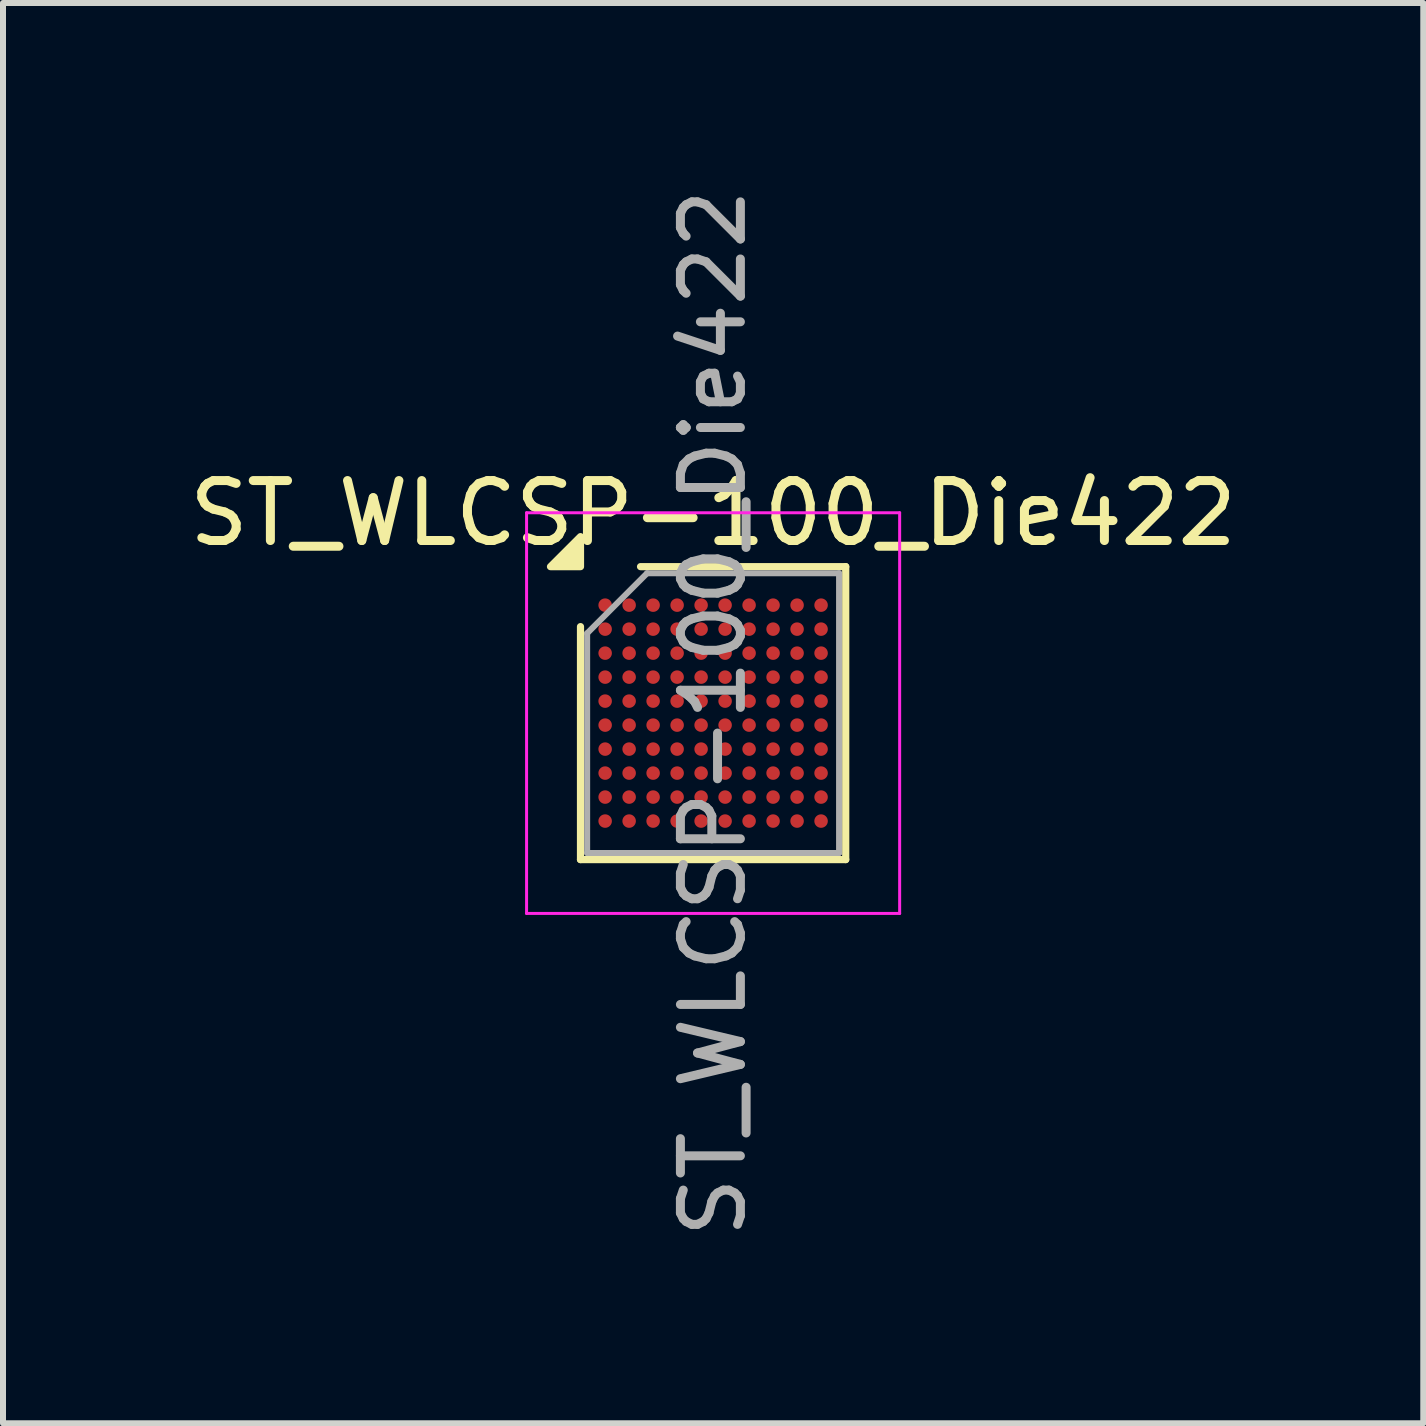
<source format=kicad_pcb>
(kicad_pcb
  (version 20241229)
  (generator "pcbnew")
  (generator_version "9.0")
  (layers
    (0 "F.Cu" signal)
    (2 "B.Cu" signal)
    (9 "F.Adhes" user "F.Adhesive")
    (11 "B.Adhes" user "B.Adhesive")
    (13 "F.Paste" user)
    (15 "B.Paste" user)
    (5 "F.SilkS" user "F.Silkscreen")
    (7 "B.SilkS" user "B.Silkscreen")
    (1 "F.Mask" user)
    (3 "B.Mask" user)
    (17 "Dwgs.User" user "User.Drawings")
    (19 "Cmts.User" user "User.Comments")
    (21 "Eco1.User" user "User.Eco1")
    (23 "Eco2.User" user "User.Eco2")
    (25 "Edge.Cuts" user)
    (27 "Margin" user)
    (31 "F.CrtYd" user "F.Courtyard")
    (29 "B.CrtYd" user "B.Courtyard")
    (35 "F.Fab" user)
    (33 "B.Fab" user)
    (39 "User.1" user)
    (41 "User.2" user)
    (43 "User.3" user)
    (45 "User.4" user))
  (footprint "ST_WLCSP-100_Die422"
    (layer "F.Cu")
    (at 8.839 8.839)
    (property "Reference" "ST_WLCSP-100_Die422" (at 0 -3.332 0) (layer "F.SilkS") (effects (font (size 1 1) (thickness 0.15))))
    (attr smd)
    (fp_line (start -2.211 2.442) (end -2.211 -1.442) (stroke (width 0.12) (type solid)) (layer "F.SilkS"))
    (fp_line (start -1.21 -2.442) (end 2.211 -2.442) (stroke (width 0.12) (type solid)) (layer "F.SilkS"))
    (fp_line (start 2.211 -2.442) (end 2.211 2.442) (stroke (width 0.12) (type solid)) (layer "F.SilkS"))
    (fp_line (start 2.211 2.442) (end -2.211 2.442) (stroke (width 0.12) (type solid)) (layer "F.SilkS"))
    (fp_poly (pts (xy -2.211 -2.442) (xy -2.711 -2.442) (xy -2.211 -2.942) (xy -2.211 -2.442)) (stroke (width 0.12) (type solid)) (fill yes) (layer "F.SilkS"))
    (fp_line (start -3.11 -3.34) (end -3.11 3.34) (stroke (width 0.05) (type solid)) (layer "F.CrtYd"))
    (fp_line (start -3.11 3.34) (end 3.11 3.34) (stroke (width 0.05) (type solid)) (layer "F.CrtYd"))
    (fp_line (start 3.11 -3.34) (end -3.11 -3.34) (stroke (width 0.05) (type solid)) (layer "F.CrtYd"))
    (fp_line (start 3.11 3.34) (end 3.11 -3.34) (stroke (width 0.05) (type solid)) (layer "F.CrtYd"))
    (fp_line (start -2.1 -1.331) (end -1.101 -2.332) (stroke (width 0.1) (type solid)) (layer "F.Fab"))
    (fp_line (start -2.1 2.332) (end -2.1 -1.331) (stroke (width 0.1) (type solid)) (layer "F.Fab"))
    (fp_line (start -1.101 -2.332) (end 2.1 -2.332) (stroke (width 0.1) (type solid)) (layer "F.Fab"))
    (fp_line (start 2.1 -2.332) (end 2.1 2.332) (stroke (width 0.1) (type solid)) (layer "F.Fab"))
    (fp_line (start 2.1 2.332) (end -2.1 2.332) (stroke (width 0.1) (type solid)) (layer "F.Fab"))
    (fp_text user "${REFERENCE}" (at 0 0 270) (layer "F.Fab") (effects (font (size 1 1) (thickness 0.15))))
    (pad "A1" smd circle (at -1.8 -1.8) (size 0.225 0.225) (property pad_prop_bga) (layers "F.Cu" "F.Mask" "F.Paste"))
    (pad "A2" smd circle (at -1.4 -1.8) (size 0.225 0.225) (property pad_prop_bga) (layers "F.Cu" "F.Mask" "F.Paste"))
    (pad "A3" smd circle (at -1 -1.8) (size 0.225 0.225) (property pad_prop_bga) (layers "F.Cu" "F.Mask" "F.Paste"))
    (pad "A4" smd circle (at -0.6 -1.8) (size 0.225 0.225) (property pad_prop_bga) (layers "F.Cu" "F.Mask" "F.Paste"))
    (pad "A5" smd circle (at -0.2 -1.8) (size 0.225 0.225) (property pad_prop_bga) (layers "F.Cu" "F.Mask" "F.Paste"))
    (pad "A6" smd circle (at 0.2 -1.8) (size 0.225 0.225) (property pad_prop_bga) (layers "F.Cu" "F.Mask" "F.Paste"))
    (pad "A7" smd circle (at 0.6 -1.8) (size 0.225 0.225) (property pad_prop_bga) (layers "F.Cu" "F.Mask" "F.Paste"))
    (pad "A8" smd circle (at 1 -1.8) (size 0.225 0.225) (property pad_prop_bga) (layers "F.Cu" "F.Mask" "F.Paste"))
    (pad "A9" smd circle (at 1.4 -1.8) (size 0.225 0.225) (property pad_prop_bga) (layers "F.Cu" "F.Mask" "F.Paste"))
    (pad "A10" smd circle (at 1.8 -1.8) (size 0.225 0.225) (property pad_prop_bga) (layers "F.Cu" "F.Mask" "F.Paste"))
    (pad "B1" smd circle (at -1.8 -1.4) (size 0.225 0.225) (property pad_prop_bga) (layers "F.Cu" "F.Mask" "F.Paste"))
    (pad "B2" smd circle (at -1.4 -1.4) (size 0.225 0.225) (property pad_prop_bga) (layers "F.Cu" "F.Mask" "F.Paste"))
    (pad "B3" smd circle (at -1 -1.4) (size 0.225 0.225) (property pad_prop_bga) (layers "F.Cu" "F.Mask" "F.Paste"))
    (pad "B4" smd circle (at -0.6 -1.4) (size 0.225 0.225) (property pad_prop_bga) (layers "F.Cu" "F.Mask" "F.Paste"))
    (pad "B5" smd circle (at -0.2 -1.4) (size 0.225 0.225) (property pad_prop_bga) (layers "F.Cu" "F.Mask" "F.Paste"))
    (pad "B6" smd circle (at 0.2 -1.4) (size 0.225 0.225) (property pad_prop_bga) (layers "F.Cu" "F.Mask" "F.Paste"))
    (pad "B7" smd circle (at 0.6 -1.4) (size 0.225 0.225) (property pad_prop_bga) (layers "F.Cu" "F.Mask" "F.Paste"))
    (pad "B8" smd circle (at 1 -1.4) (size 0.225 0.225) (property pad_prop_bga) (layers "F.Cu" "F.Mask" "F.Paste"))
    (pad "B9" smd circle (at 1.4 -1.4) (size 0.225 0.225) (property pad_prop_bga) (layers "F.Cu" "F.Mask" "F.Paste"))
    (pad "B10" smd circle (at 1.8 -1.4) (size 0.225 0.225) (property pad_prop_bga) (layers "F.Cu" "F.Mask" "F.Paste"))
    (pad "C1" smd circle (at -1.8 -1) (size 0.225 0.225) (property pad_prop_bga) (layers "F.Cu" "F.Mask" "F.Paste"))
    (pad "C2" smd circle (at -1.4 -1) (size 0.225 0.225) (property pad_prop_bga) (layers "F.Cu" "F.Mask" "F.Paste"))
    (pad "C3" smd circle (at -1 -1) (size 0.225 0.225) (property pad_prop_bga) (layers "F.Cu" "F.Mask" "F.Paste"))
    (pad "C4" smd circle (at -0.6 -1) (size 0.225 0.225) (property pad_prop_bga) (layers "F.Cu" "F.Mask" "F.Paste"))
    (pad "C5" smd circle (at -0.2 -1) (size 0.225 0.225) (property pad_prop_bga) (layers "F.Cu" "F.Mask" "F.Paste"))
    (pad "C6" smd circle (at 0.2 -1) (size 0.225 0.225) (property pad_prop_bga) (layers "F.Cu" "F.Mask" "F.Paste"))
    (pad "C7" smd circle (at 0.6 -1) (size 0.225 0.225) (property pad_prop_bga) (layers "F.Cu" "F.Mask" "F.Paste"))
    (pad "C8" smd circle (at 1 -1) (size 0.225 0.225) (property pad_prop_bga) (layers "F.Cu" "F.Mask" "F.Paste"))
    (pad "C9" smd circle (at 1.4 -1) (size 0.225 0.225) (property pad_prop_bga) (layers "F.Cu" "F.Mask" "F.Paste"))
    (pad "C10" smd circle (at 1.8 -1) (size 0.225 0.225) (property pad_prop_bga) (layers "F.Cu" "F.Mask" "F.Paste"))
    (pad "D1" smd circle (at -1.8 -0.6) (size 0.225 0.225) (property pad_prop_bga) (layers "F.Cu" "F.Mask" "F.Paste"))
    (pad "D2" smd circle (at -1.4 -0.6) (size 0.225 0.225) (property pad_prop_bga) (layers "F.Cu" "F.Mask" "F.Paste"))
    (pad "D3" smd circle (at -1 -0.6) (size 0.225 0.225) (property pad_prop_bga) (layers "F.Cu" "F.Mask" "F.Paste"))
    (pad "D4" smd circle (at -0.6 -0.6) (size 0.225 0.225) (property pad_prop_bga) (layers "F.Cu" "F.Mask" "F.Paste"))
    (pad "D5" smd circle (at -0.2 -0.6) (size 0.225 0.225) (property pad_prop_bga) (layers "F.Cu" "F.Mask" "F.Paste"))
    (pad "D6" smd circle (at 0.2 -0.6) (size 0.225 0.225) (property pad_prop_bga) (layers "F.Cu" "F.Mask" "F.Paste"))
    (pad "D7" smd circle (at 0.6 -0.6) (size 0.225 0.225) (property pad_prop_bga) (layers "F.Cu" "F.Mask" "F.Paste"))
    (pad "D8" smd circle (at 1 -0.6) (size 0.225 0.225) (property pad_prop_bga) (layers "F.Cu" "F.Mask" "F.Paste"))
    (pad "D9" smd circle (at 1.4 -0.6) (size 0.225 0.225) (property pad_prop_bga) (layers "F.Cu" "F.Mask" "F.Paste"))
    (pad "D10" smd circle (at 1.8 -0.6) (size 0.225 0.225) (property pad_prop_bga) (layers "F.Cu" "F.Mask" "F.Paste"))
    (pad "E1" smd circle (at -1.8 -0.2) (size 0.225 0.225) (property pad_prop_bga) (layers "F.Cu" "F.Mask" "F.Paste"))
    (pad "E2" smd circle (at -1.4 -0.2) (size 0.225 0.225) (property pad_prop_bga) (layers "F.Cu" "F.Mask" "F.Paste"))
    (pad "E3" smd circle (at -1 -0.2) (size 0.225 0.225) (property pad_prop_bga) (layers "F.Cu" "F.Mask" "F.Paste"))
    (pad "E4" smd circle (at -0.6 -0.2) (size 0.225 0.225) (property pad_prop_bga) (layers "F.Cu" "F.Mask" "F.Paste"))
    (pad "E5" smd circle (at -0.2 -0.2) (size 0.225 0.225) (property pad_prop_bga) (layers "F.Cu" "F.Mask" "F.Paste"))
    (pad "E6" smd circle (at 0.2 -0.2) (size 0.225 0.225) (property pad_prop_bga) (layers "F.Cu" "F.Mask" "F.Paste"))
    (pad "E7" smd circle (at 0.6 -0.2) (size 0.225 0.225) (property pad_prop_bga) (layers "F.Cu" "F.Mask" "F.Paste"))
    (pad "E8" smd circle (at 1 -0.2) (size 0.225 0.225) (property pad_prop_bga) (layers "F.Cu" "F.Mask" "F.Paste"))
    (pad "E9" smd circle (at 1.4 -0.2) (size 0.225 0.225) (property pad_prop_bga) (layers "F.Cu" "F.Mask" "F.Paste"))
    (pad "E10" smd circle (at 1.8 -0.2) (size 0.225 0.225) (property pad_prop_bga) (layers "F.Cu" "F.Mask" "F.Paste"))
    (pad "F1" smd circle (at -1.8 0.2) (size 0.225 0.225) (property pad_prop_bga) (layers "F.Cu" "F.Mask" "F.Paste"))
    (pad "F2" smd circle (at -1.4 0.2) (size 0.225 0.225) (property pad_prop_bga) (layers "F.Cu" "F.Mask" "F.Paste"))
    (pad "F3" smd circle (at -1 0.2) (size 0.225 0.225) (property pad_prop_bga) (layers "F.Cu" "F.Mask" "F.Paste"))
    (pad "F4" smd circle (at -0.6 0.2) (size 0.225 0.225) (property pad_prop_bga) (layers "F.Cu" "F.Mask" "F.Paste"))
    (pad "F5" smd circle (at -0.2 0.2) (size 0.225 0.225) (property pad_prop_bga) (layers "F.Cu" "F.Mask" "F.Paste"))
    (pad "F6" smd circle (at 0.2 0.2) (size 0.225 0.225) (property pad_prop_bga) (layers "F.Cu" "F.Mask" "F.Paste"))
    (pad "F7" smd circle (at 0.6 0.2) (size 0.225 0.225) (property pad_prop_bga) (layers "F.Cu" "F.Mask" "F.Paste"))
    (pad "F8" smd circle (at 1 0.2) (size 0.225 0.225) (property pad_prop_bga) (layers "F.Cu" "F.Mask" "F.Paste"))
    (pad "F9" smd circle (at 1.4 0.2) (size 0.225 0.225) (property pad_prop_bga) (layers "F.Cu" "F.Mask" "F.Paste"))
    (pad "F10" smd circle (at 1.8 0.2) (size 0.225 0.225) (property pad_prop_bga) (layers "F.Cu" "F.Mask" "F.Paste"))
    (pad "G1" smd circle (at -1.8 0.6) (size 0.225 0.225) (property pad_prop_bga) (layers "F.Cu" "F.Mask" "F.Paste"))
    (pad "G2" smd circle (at -1.4 0.6) (size 0.225 0.225) (property pad_prop_bga) (layers "F.Cu" "F.Mask" "F.Paste"))
    (pad "G3" smd circle (at -1 0.6) (size 0.225 0.225) (property pad_prop_bga) (layers "F.Cu" "F.Mask" "F.Paste"))
    (pad "G4" smd circle (at -0.6 0.6) (size 0.225 0.225) (property pad_prop_bga) (layers "F.Cu" "F.Mask" "F.Paste"))
    (pad "G5" smd circle (at -0.2 0.6) (size 0.225 0.225) (property pad_prop_bga) (layers "F.Cu" "F.Mask" "F.Paste"))
    (pad "G6" smd circle (at 0.2 0.6) (size 0.225 0.225) (property pad_prop_bga) (layers "F.Cu" "F.Mask" "F.Paste"))
    (pad "G7" smd circle (at 0.6 0.6) (size 0.225 0.225) (property pad_prop_bga) (layers "F.Cu" "F.Mask" "F.Paste"))
    (pad "G8" smd circle (at 1 0.6) (size 0.225 0.225) (property pad_prop_bga) (layers "F.Cu" "F.Mask" "F.Paste"))
    (pad "G9" smd circle (at 1.4 0.6) (size 0.225 0.225) (property pad_prop_bga) (layers "F.Cu" "F.Mask" "F.Paste"))
    (pad "G10" smd circle (at 1.8 0.6) (size 0.225 0.225) (property pad_prop_bga) (layers "F.Cu" "F.Mask" "F.Paste"))
    (pad "H1" smd circle (at -1.8 1) (size 0.225 0.225) (property pad_prop_bga) (layers "F.Cu" "F.Mask" "F.Paste"))
    (pad "H2" smd circle (at -1.4 1) (size 0.225 0.225) (property pad_prop_bga) (layers "F.Cu" "F.Mask" "F.Paste"))
    (pad "H3" smd circle (at -1 1) (size 0.225 0.225) (property pad_prop_bga) (layers "F.Cu" "F.Mask" "F.Paste"))
    (pad "H4" smd circle (at -0.6 1) (size 0.225 0.225) (property pad_prop_bga) (layers "F.Cu" "F.Mask" "F.Paste"))
    (pad "H5" smd circle (at -0.2 1) (size 0.225 0.225) (property pad_prop_bga) (layers "F.Cu" "F.Mask" "F.Paste"))
    (pad "H6" smd circle (at 0.2 1) (size 0.225 0.225) (property pad_prop_bga) (layers "F.Cu" "F.Mask" "F.Paste"))
    (pad "H7" smd circle (at 0.6 1) (size 0.225 0.225) (property pad_prop_bga) (layers "F.Cu" "F.Mask" "F.Paste"))
    (pad "H8" smd circle (at 1 1) (size 0.225 0.225) (property pad_prop_bga) (layers "F.Cu" "F.Mask" "F.Paste"))
    (pad "H9" smd circle (at 1.4 1) (size 0.225 0.225) (property pad_prop_bga) (layers "F.Cu" "F.Mask" "F.Paste"))
    (pad "H10" smd circle (at 1.8 1) (size 0.225 0.225) (property pad_prop_bga) (layers "F.Cu" "F.Mask" "F.Paste"))
    (pad "J1" smd circle (at -1.8 1.4) (size 0.225 0.225) (property pad_prop_bga) (layers "F.Cu" "F.Mask" "F.Paste"))
    (pad "J2" smd circle (at -1.4 1.4) (size 0.225 0.225) (property pad_prop_bga) (layers "F.Cu" "F.Mask" "F.Paste"))
    (pad "J3" smd circle (at -1 1.4) (size 0.225 0.225) (property pad_prop_bga) (layers "F.Cu" "F.Mask" "F.Paste"))
    (pad "J4" smd circle (at -0.6 1.4) (size 0.225 0.225) (property pad_prop_bga) (layers "F.Cu" "F.Mask" "F.Paste"))
    (pad "J5" smd circle (at -0.2 1.4) (size 0.225 0.225) (property pad_prop_bga) (layers "F.Cu" "F.Mask" "F.Paste"))
    (pad "J6" smd circle (at 0.2 1.4) (size 0.225 0.225) (property pad_prop_bga) (layers "F.Cu" "F.Mask" "F.Paste"))
    (pad "J7" smd circle (at 0.6 1.4) (size 0.225 0.225) (property pad_prop_bga) (layers "F.Cu" "F.Mask" "F.Paste"))
    (pad "J8" smd circle (at 1 1.4) (size 0.225 0.225) (property pad_prop_bga) (layers "F.Cu" "F.Mask" "F.Paste"))
    (pad "J9" smd circle (at 1.4 1.4) (size 0.225 0.225) (property pad_prop_bga) (layers "F.Cu" "F.Mask" "F.Paste"))
    (pad "J10" smd circle (at 1.8 1.4) (size 0.225 0.225) (property pad_prop_bga) (layers "F.Cu" "F.Mask" "F.Paste"))
    (pad "K1" smd circle (at -1.8 1.8) (size 0.225 0.225) (property pad_prop_bga) (layers "F.Cu" "F.Mask" "F.Paste"))
    (pad "K2" smd circle (at -1.4 1.8) (size 0.225 0.225) (property pad_prop_bga) (layers "F.Cu" "F.Mask" "F.Paste"))
    (pad "K3" smd circle (at -1 1.8) (size 0.225 0.225) (property pad_prop_bga) (layers "F.Cu" "F.Mask" "F.Paste"))
    (pad "K4" smd circle (at -0.6 1.8) (size 0.225 0.225) (property pad_prop_bga) (layers "F.Cu" "F.Mask" "F.Paste"))
    (pad "K5" smd circle (at -0.2 1.8) (size 0.225 0.225) (property pad_prop_bga) (layers "F.Cu" "F.Mask" "F.Paste"))
    (pad "K6" smd circle (at 0.2 1.8) (size 0.225 0.225) (property pad_prop_bga) (layers "F.Cu" "F.Mask" "F.Paste"))
    (pad "K7" smd circle (at 0.6 1.8) (size 0.225 0.225) (property pad_prop_bga) (layers "F.Cu" "F.Mask" "F.Paste"))
    (pad "K8" smd circle (at 1 1.8) (size 0.225 0.225) (property pad_prop_bga) (layers "F.Cu" "F.Mask" "F.Paste"))
    (pad "K9" smd circle (at 1.4 1.8) (size 0.225 0.225) (property pad_prop_bga) (layers "F.Cu" "F.Mask" "F.Paste"))
    (pad "K10" smd circle (at 1.8 1.8) (size 0.225 0.225) (property pad_prop_bga) (layers "F.Cu" "F.Mask" "F.Paste")))
  (gr_rect
    (start -3 -3)
    (end 20.679 20.679)
    (stroke (width 0.1) (type default))
    (fill no)
    (layer "Edge.Cuts")))
</source>
